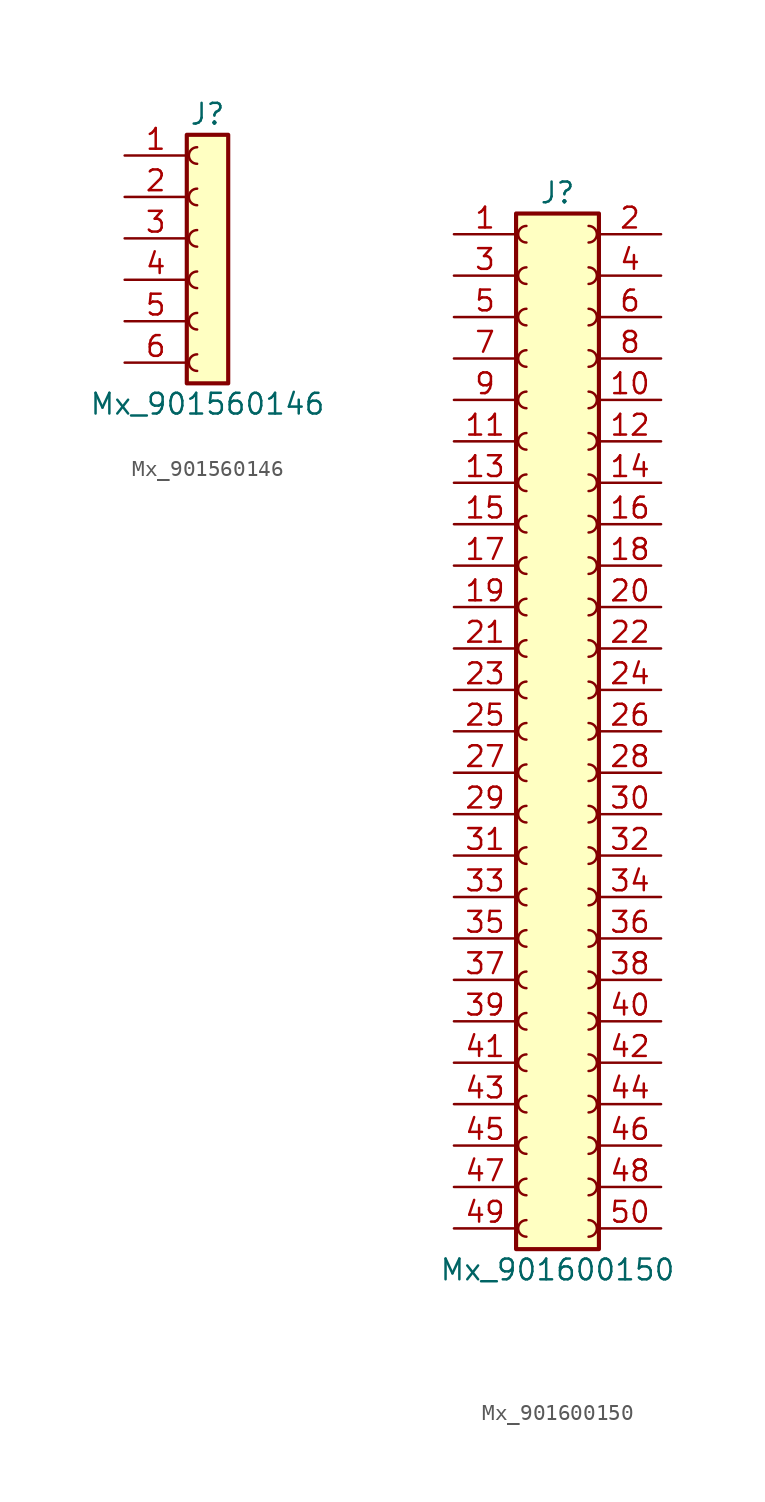
<source format=kicad_sym>
(kicad_symbol_lib
  (version 20211014)
  (generator kicad_symbol_editor)
  (symbol "Mx_901560146"
    (pin_names
      (offset 1.016) hide)
    (property "Reference" "J"
      (at 0 8.89 0)
      (effects (font (size 1.27 1.27))))
    (property "Value" "Mx_901560146"
      (at 0 -8.89 0)
      (effects (font (size 1.27 1.27))))
    (symbol "Mx_901560146_1_1"
      (rectangle (start -1.27 7.62) (end 1.27 -7.62) (stroke (width 0.254) (type default) (color 0 0 0 0)) (fill (type background)))
      (arc (start -0.635 -5.842) (mid -1.143 -6.35) (end -0.635 -6.858) (stroke (width 0) (type default) (color 0 0 0 0)) (fill (type none)))
      (arc (start -0.635 -3.302) (mid -1.143 -3.81) (end -0.635 -4.318) (stroke (width 0) (type default) (color 0 0 0 0)) (fill (type none)))
      (arc (start -0.635 -0.762) (mid -1.143 -1.27) (end -0.635 -1.778) (stroke (width 0) (type default) (color 0 0 0 0)) (fill (type none)))
      (arc (start -0.635 1.778) (mid -1.143 1.27) (end -0.635 0.762) (stroke (width 0) (type default) (color 0 0 0 0)) (fill (type none)))
      (arc (start -0.635 4.318) (mid -1.143 3.81) (end -0.635 3.302) (stroke (width 0) (type default) (color 0 0 0 0)) (fill (type none)))
      (arc (start -0.635 6.858) (mid -1.143 6.35) (end -0.635 5.842) (stroke (width 0) (type default) (color 0 0 0 0)) (fill (type none)))
      (pin passive line (at -5.08 6.35 0) (length 3.81) (name "Pin_1" (effects (font (size 1.27 1.27)))) (number "1" (effects (font (size 1.27 1.27)))))
      (pin passive line (at -5.08 3.81 0) (length 3.81) (name "Pin_2" (effects (font (size 1.27 1.27)))) (number "2" (effects (font (size 1.27 1.27)))))
      (pin passive line (at -5.08 1.27 0) (length 3.81) (name "Pin_3" (effects (font (size 1.27 1.27)))) (number "3" (effects (font (size 1.27 1.27)))))
      (pin passive line (at -5.08 -1.27 0) (length 3.81) (name "Pin_4" (effects (font (size 1.27 1.27)))) (number "4" (effects (font (size 1.27 1.27)))))
      (pin passive line (at -5.08 -3.81 0) (length 3.81) (name "Pin_5" (effects (font (size 1.27 1.27)))) (number "5" (effects (font (size 1.27 1.27)))))
      (pin passive line (at -5.08 -6.35 0) (length 3.81) (name "Pin_6" (effects (font (size 1.27 1.27)))) (number "6" (effects (font (size 1.27 1.27)))))))
  (symbol "Mx_901600150"
    (pin_names
      (offset 1.016) hide)
    (property "Reference" "J"
      (at 1.27 33.02 0)
      (effects (font (size 1.27 1.27))))
    (property "Value" "Mx_901600150"
      (at 1.27 -33.02 0)
      (effects (font (size 1.27 1.27))))
    (symbol "Mx_901600150_1_1"
      (rectangle (start -1.27 31.75) (end 3.81 -31.75) (stroke (width 0.254) (type default) (color 0 0 0 0)) (fill (type background)))
      (arc (start -0.635 -29.972) (mid -1.143 -30.48) (end -0.635 -30.988) (stroke (width 0) (type default) (color 0 0 0 0)) (fill (type none)))
      (arc (start -0.635 -27.432) (mid -1.143 -27.94) (end -0.635 -28.448) (stroke (width 0) (type default) (color 0 0 0 0)) (fill (type none)))
      (arc (start -0.635 -24.892) (mid -1.143 -25.4) (end -0.635 -25.908) (stroke (width 0) (type default) (color 0 0 0 0)) (fill (type none)))
      (arc (start -0.635 -22.352) (mid -1.143 -22.86) (end -0.635 -23.368) (stroke (width 0) (type default) (color 0 0 0 0)) (fill (type none)))
      (arc (start -0.635 -19.812) (mid -1.143 -20.32) (end -0.635 -20.828) (stroke (width 0) (type default) (color 0 0 0 0)) (fill (type none)))
      (arc (start -0.635 -17.272) (mid -1.143 -17.78) (end -0.635 -18.288) (stroke (width 0) (type default) (color 0 0 0 0)) (fill (type none)))
      (arc (start -0.635 -14.732) (mid -1.143 -15.24) (end -0.635 -15.748) (stroke (width 0) (type default) (color 0 0 0 0)) (fill (type none)))
      (arc (start -0.635 -12.192) (mid -1.143 -12.7) (end -0.635 -13.208) (stroke (width 0) (type default) (color 0 0 0 0)) (fill (type none)))
      (arc (start -0.635 -9.652) (mid -1.143 -10.16) (end -0.635 -10.668) (stroke (width 0) (type default) (color 0 0 0 0)) (fill (type none)))
      (arc (start -0.635 -7.112) (mid -1.143 -7.62) (end -0.635 -8.128) (stroke (width 0) (type default) (color 0 0 0 0)) (fill (type none)))
      (arc (start -0.635 -4.572) (mid -1.143 -5.08) (end -0.635 -5.588) (stroke (width 0) (type default) (color 0 0 0 0)) (fill (type none)))
      (arc (start -0.635 -2.032) (mid -1.143 -2.54) (end -0.635 -3.048) (stroke (width 0) (type default) (color 0 0 0 0)) (fill (type none)))
      (arc (start -0.635 0.508) (mid -1.143 0) (end -0.635 -0.508) (stroke (width 0) (type default) (color 0 0 0 0)) (fill (type none)))
      (arc (start -0.635 3.048) (mid -1.143 2.54) (end -0.635 2.032) (stroke (width 0) (type default) (color 0 0 0 0)) (fill (type none)))
      (arc (start -0.635 5.588) (mid -1.143 5.08) (end -0.635 4.572) (stroke (width 0) (type default) (color 0 0 0 0)) (fill (type none)))
      (arc (start -0.635 8.128) (mid -1.143 7.62) (end -0.635 7.112) (stroke (width 0) (type default) (color 0 0 0 0)) (fill (type none)))
      (arc (start -0.635 10.668) (mid -1.143 10.16) (end -0.635 9.652) (stroke (width 0) (type default) (color 0 0 0 0)) (fill (type none)))
      (arc (start -0.635 13.208) (mid -1.143 12.7) (end -0.635 12.192) (stroke (width 0) (type default) (color 0 0 0 0)) (fill (type none)))
      (arc (start -0.635 15.748) (mid -1.143 15.24) (end -0.635 14.732) (stroke (width 0) (type default) (color 0 0 0 0)) (fill (type none)))
      (arc (start -0.635 18.288) (mid -1.143 17.78) (end -0.635 17.272) (stroke (width 0) (type default) (color 0 0 0 0)) (fill (type none)))
      (arc (start -0.635 20.828) (mid -1.143 20.32) (end -0.635 19.812) (stroke (width 0) (type default) (color 0 0 0 0)) (fill (type none)))
      (arc (start -0.635 23.368) (mid -1.143 22.86) (end -0.635 22.352) (stroke (width 0) (type default) (color 0 0 0 0)) (fill (type none)))
      (arc (start -0.635 25.908) (mid -1.143 25.4) (end -0.635 24.892) (stroke (width 0) (type default) (color 0 0 0 0)) (fill (type none)))
      (arc (start -0.635 28.448) (mid -1.143 27.94) (end -0.635 27.432) (stroke (width 0) (type default) (color 0 0 0 0)) (fill (type none)))
      (arc (start -0.635 30.988) (mid -1.143 30.48) (end -0.635 29.972) (stroke (width 0) (type default) (color 0 0 0 0)) (fill (type none)))
      (arc (start 3.175 -30.988) (mid 3.683 -30.48) (end 3.175 -29.972) (stroke (width 0) (type default) (color 0 0 0 0)) (fill (type none)))
      (arc (start 3.175 -28.448) (mid 3.683 -27.94) (end 3.175 -27.432) (stroke (width 0) (type default) (color 0 0 0 0)) (fill (type none)))
      (arc (start 3.175 -25.908) (mid 3.683 -25.4) (end 3.175 -24.892) (stroke (width 0) (type default) (color 0 0 0 0)) (fill (type none)))
      (arc (start 3.175 -23.368) (mid 3.683 -22.86) (end 3.175 -22.352) (stroke (width 0) (type default) (color 0 0 0 0)) (fill (type none)))
      (arc (start 3.175 -20.828) (mid 3.683 -20.32) (end 3.175 -19.812) (stroke (width 0) (type default) (color 0 0 0 0)) (fill (type none)))
      (arc (start 3.175 -18.288) (mid 3.683 -17.78) (end 3.175 -17.272) (stroke (width 0) (type default) (color 0 0 0 0)) (fill (type none)))
      (arc (start 3.175 -15.748) (mid 3.683 -15.24) (end 3.175 -14.732) (stroke (width 0) (type default) (color 0 0 0 0)) (fill (type none)))
      (arc (start 3.175 -13.208) (mid 3.683 -12.7) (end 3.175 -12.192) (stroke (width 0) (type default) (color 0 0 0 0)) (fill (type none)))
      (arc (start 3.175 -10.668) (mid 3.683 -10.16) (end 3.175 -9.652) (stroke (width 0) (type default) (color 0 0 0 0)) (fill (type none)))
      (arc (start 3.175 -8.128) (mid 3.683 -7.62) (end 3.175 -7.112) (stroke (width 0) (type default) (color 0 0 0 0)) (fill (type none)))
      (arc (start 3.175 -5.588) (mid 3.683 -5.08) (end 3.175 -4.572) (stroke (width 0) (type default) (color 0 0 0 0)) (fill (type none)))
      (arc (start 3.175 -3.048) (mid 3.683 -2.54) (end 3.175 -2.032) (stroke (width 0) (type default) (color 0 0 0 0)) (fill (type none)))
      (arc (start 3.175 -0.508) (mid 3.683 0) (end 3.175 0.508) (stroke (width 0) (type default) (color 0 0 0 0)) (fill (type none)))
      (arc (start 3.175 2.032) (mid 3.683 2.54) (end 3.175 3.048) (stroke (width 0) (type default) (color 0 0 0 0)) (fill (type none)))
      (arc (start 3.175 4.572) (mid 3.683 5.08) (end 3.175 5.588) (stroke (width 0) (type default) (color 0 0 0 0)) (fill (type none)))
      (arc (start 3.175 7.112) (mid 3.683 7.62) (end 3.175 8.128) (stroke (width 0) (type default) (color 0 0 0 0)) (fill (type none)))
      (arc (start 3.175 9.652) (mid 3.683 10.16) (end 3.175 10.668) (stroke (width 0) (type default) (color 0 0 0 0)) (fill (type none)))
      (arc (start 3.175 12.192) (mid 3.683 12.7) (end 3.175 13.208) (stroke (width 0) (type default) (color 0 0 0 0)) (fill (type none)))
      (arc (start 3.175 14.732) (mid 3.683 15.24) (end 3.175 15.748) (stroke (width 0) (type default) (color 0 0 0 0)) (fill (type none)))
      (arc (start 3.175 17.272) (mid 3.683 17.78) (end 3.175 18.288) (stroke (width 0) (type default) (color 0 0 0 0)) (fill (type none)))
      (arc (start 3.175 19.812) (mid 3.683 20.32) (end 3.175 20.828) (stroke (width 0) (type default) (color 0 0 0 0)) (fill (type none)))
      (arc (start 3.175 22.352) (mid 3.683 22.86) (end 3.175 23.368) (stroke (width 0) (type default) (color 0 0 0 0)) (fill (type none)))
      (arc (start 3.175 24.892) (mid 3.683 25.4) (end 3.175 25.908) (stroke (width 0) (type default) (color 0 0 0 0)) (fill (type none)))
      (arc (start 3.175 27.432) (mid 3.683 27.94) (end 3.175 28.448) (stroke (width 0) (type default) (color 0 0 0 0)) (fill (type none)))
      (arc (start 3.175 29.972) (mid 3.683 30.48) (end 3.175 30.988) (stroke (width 0) (type default) (color 0 0 0 0)) (fill (type none)))
      (pin passive line (at -5.08 30.48 0) (length 3.81) (name "Pin_1" (effects (font (size 1.27 1.27)))) (number "1" (effects (font (size 1.27 1.27)))))
      (pin passive line (at 7.62 20.32 180) (length 3.81) (name "Pin_10" (effects (font (size 1.27 1.27)))) (number "10" (effects (font (size 1.27 1.27)))))
      (pin passive line (at -5.08 17.78 0) (length 3.81) (name "Pin_11" (effects (font (size 1.27 1.27)))) (number "11" (effects (font (size 1.27 1.27)))))
      (pin passive line (at 7.62 17.78 180) (length 3.81) (name "Pin_12" (effects (font (size 1.27 1.27)))) (number "12" (effects (font (size 1.27 1.27)))))
      (pin passive line (at -5.08 15.24 0) (length 3.81) (name "Pin_13" (effects (font (size 1.27 1.27)))) (number "13" (effects (font (size 1.27 1.27)))))
      (pin passive line (at 7.62 15.24 180) (length 3.81) (name "Pin_14" (effects (font (size 1.27 1.27)))) (number "14" (effects (font (size 1.27 1.27)))))
      (pin passive line (at -5.08 12.7 0) (length 3.81) (name "Pin_15" (effects (font (size 1.27 1.27)))) (number "15" (effects (font (size 1.27 1.27)))))
      (pin passive line (at 7.62 12.7 180) (length 3.81) (name "Pin_16" (effects (font (size 1.27 1.27)))) (number "16" (effects (font (size 1.27 1.27)))))
      (pin passive line (at -5.08 10.16 0) (length 3.81) (name "Pin_17" (effects (font (size 1.27 1.27)))) (number "17" (effects (font (size 1.27 1.27)))))
      (pin passive line (at 7.62 10.16 180) (length 3.81) (name "Pin_18" (effects (font (size 1.27 1.27)))) (number "18" (effects (font (size 1.27 1.27)))))
      (pin passive line (at -5.08 7.62 0) (length 3.81) (name "Pin_19" (effects (font (size 1.27 1.27)))) (number "19" (effects (font (size 1.27 1.27)))))
      (pin passive line (at 7.62 30.48 180) (length 3.81) (name "Pin_2" (effects (font (size 1.27 1.27)))) (number "2" (effects (font (size 1.27 1.27)))))
      (pin passive line (at 7.62 7.62 180) (length 3.81) (name "Pin_20" (effects (font (size 1.27 1.27)))) (number "20" (effects (font (size 1.27 1.27)))))
      (pin passive line (at -5.08 5.08 0) (length 3.81) (name "Pin_21" (effects (font (size 1.27 1.27)))) (number "21" (effects (font (size 1.27 1.27)))))
      (pin passive line (at 7.62 5.08 180) (length 3.81) (name "Pin_22" (effects (font (size 1.27 1.27)))) (number "22" (effects (font (size 1.27 1.27)))))
      (pin passive line (at -5.08 2.54 0) (length 3.81) (name "Pin_23" (effects (font (size 1.27 1.27)))) (number "23" (effects (font (size 1.27 1.27)))))
      (pin passive line (at 7.62 2.54 180) (length 3.81) (name "Pin_24" (effects (font (size 1.27 1.27)))) (number "24" (effects (font (size 1.27 1.27)))))
      (pin passive line (at -5.08 0 0) (length 3.81) (name "Pin_25" (effects (font (size 1.27 1.27)))) (number "25" (effects (font (size 1.27 1.27)))))
      (pin passive line (at 7.62 0 180) (length 3.81) (name "Pin_26" (effects (font (size 1.27 1.27)))) (number "26" (effects (font (size 1.27 1.27)))))
      (pin passive line (at -5.08 -2.54 0) (length 3.81) (name "Pin_27" (effects (font (size 1.27 1.27)))) (number "27" (effects (font (size 1.27 1.27)))))
      (pin passive line (at 7.62 -2.54 180) (length 3.81) (name "Pin_28" (effects (font (size 1.27 1.27)))) (number "28" (effects (font (size 1.27 1.27)))))
      (pin passive line (at -5.08 -5.08 0) (length 3.81) (name "Pin_29" (effects (font (size 1.27 1.27)))) (number "29" (effects (font (size 1.27 1.27)))))
      (pin passive line (at -5.08 27.94 0) (length 3.81) (name "Pin_3" (effects (font (size 1.27 1.27)))) (number "3" (effects (font (size 1.27 1.27)))))
      (pin passive line (at 7.62 -5.08 180) (length 3.81) (name "Pin_30" (effects (font (size 1.27 1.27)))) (number "30" (effects (font (size 1.27 1.27)))))
      (pin passive line (at -5.08 -7.62 0) (length 3.81) (name "Pin_31" (effects (font (size 1.27 1.27)))) (number "31" (effects (font (size 1.27 1.27)))))
      (pin passive line (at 7.62 -7.62 180) (length 3.81) (name "Pin_32" (effects (font (size 1.27 1.27)))) (number "32" (effects (font (size 1.27 1.27)))))
      (pin passive line (at -5.08 -10.16 0) (length 3.81) (name "Pin_33" (effects (font (size 1.27 1.27)))) (number "33" (effects (font (size 1.27 1.27)))))
      (pin passive line (at 7.62 -10.16 180) (length 3.81) (name "Pin_34" (effects (font (size 1.27 1.27)))) (number "34" (effects (font (size 1.27 1.27)))))
      (pin passive line (at -5.08 -12.7 0) (length 3.81) (name "Pin_35" (effects (font (size 1.27 1.27)))) (number "35" (effects (font (size 1.27 1.27)))))
      (pin passive line (at 7.62 -12.7 180) (length 3.81) (name "Pin_36" (effects (font (size 1.27 1.27)))) (number "36" (effects (font (size 1.27 1.27)))))
      (pin passive line (at -5.08 -15.24 0) (length 3.81) (name "Pin_37" (effects (font (size 1.27 1.27)))) (number "37" (effects (font (size 1.27 1.27)))))
      (pin passive line (at 7.62 -15.24 180) (length 3.81) (name "Pin_38" (effects (font (size 1.27 1.27)))) (number "38" (effects (font (size 1.27 1.27)))))
      (pin passive line (at -5.08 -17.78 0) (length 3.81) (name "Pin_39" (effects (font (size 1.27 1.27)))) (number "39" (effects (font (size 1.27 1.27)))))
      (pin passive line (at 7.62 27.94 180) (length 3.81) (name "Pin_4" (effects (font (size 1.27 1.27)))) (number "4" (effects (font (size 1.27 1.27)))))
      (pin passive line (at 7.62 -17.78 180) (length 3.81) (name "Pin_40" (effects (font (size 1.27 1.27)))) (number "40" (effects (font (size 1.27 1.27)))))
      (pin passive line (at -5.08 -20.32 0) (length 3.81) (name "Pin_41" (effects (font (size 1.27 1.27)))) (number "41" (effects (font (size 1.27 1.27)))))
      (pin passive line (at 7.62 -20.32 180) (length 3.81) (name "Pin_42" (effects (font (size 1.27 1.27)))) (number "42" (effects (font (size 1.27 1.27)))))
      (pin passive line (at -5.08 -22.86 0) (length 3.81) (name "Pin_43" (effects (font (size 1.27 1.27)))) (number "43" (effects (font (size 1.27 1.27)))))
      (pin passive line (at 7.62 -22.86 180) (length 3.81) (name "Pin_44" (effects (font (size 1.27 1.27)))) (number "44" (effects (font (size 1.27 1.27)))))
      (pin passive line (at -5.08 -25.4 0) (length 3.81) (name "Pin_45" (effects (font (size 1.27 1.27)))) (number "45" (effects (font (size 1.27 1.27)))))
      (pin passive line (at 7.62 -25.4 180) (length 3.81) (name "Pin_46" (effects (font (size 1.27 1.27)))) (number "46" (effects (font (size 1.27 1.27)))))
      (pin passive line (at -5.08 -27.94 0) (length 3.81) (name "Pin_47" (effects (font (size 1.27 1.27)))) (number "47" (effects (font (size 1.27 1.27)))))
      (pin passive line (at 7.62 -27.94 180) (length 3.81) (name "Pin_48" (effects (font (size 1.27 1.27)))) (number "48" (effects (font (size 1.27 1.27)))))
      (pin passive line (at -5.08 -30.48 0) (length 3.81) (name "Pin_49" (effects (font (size 1.27 1.27)))) (number "49" (effects (font (size 1.27 1.27)))))
      (pin passive line (at -5.08 25.4 0) (length 3.81) (name "Pin_5" (effects (font (size 1.27 1.27)))) (number "5" (effects (font (size 1.27 1.27)))))
      (pin passive line (at 7.62 -30.48 180) (length 3.81) (name "Pin_50" (effects (font (size 1.27 1.27)))) (number "50" (effects (font (size 1.27 1.27)))))
      (pin passive line (at 7.62 25.4 180) (length 3.81) (name "Pin_6" (effects (font (size 1.27 1.27)))) (number "6" (effects (font (size 1.27 1.27)))))
      (pin passive line (at -5.08 22.86 0) (length 3.81) (name "Pin_7" (effects (font (size 1.27 1.27)))) (number "7" (effects (font (size 1.27 1.27)))))
      (pin passive line (at 7.62 22.86 180) (length 3.81) (name "Pin_8" (effects (font (size 1.27 1.27)))) (number "8" (effects (font (size 1.27 1.27)))))
      (pin passive line (at -5.08 20.32 0) (length 3.81) (name "Pin_9" (effects (font (size 1.27 1.27)))) (number "9" (effects (font (size 1.27 1.27))))))))
</source>
